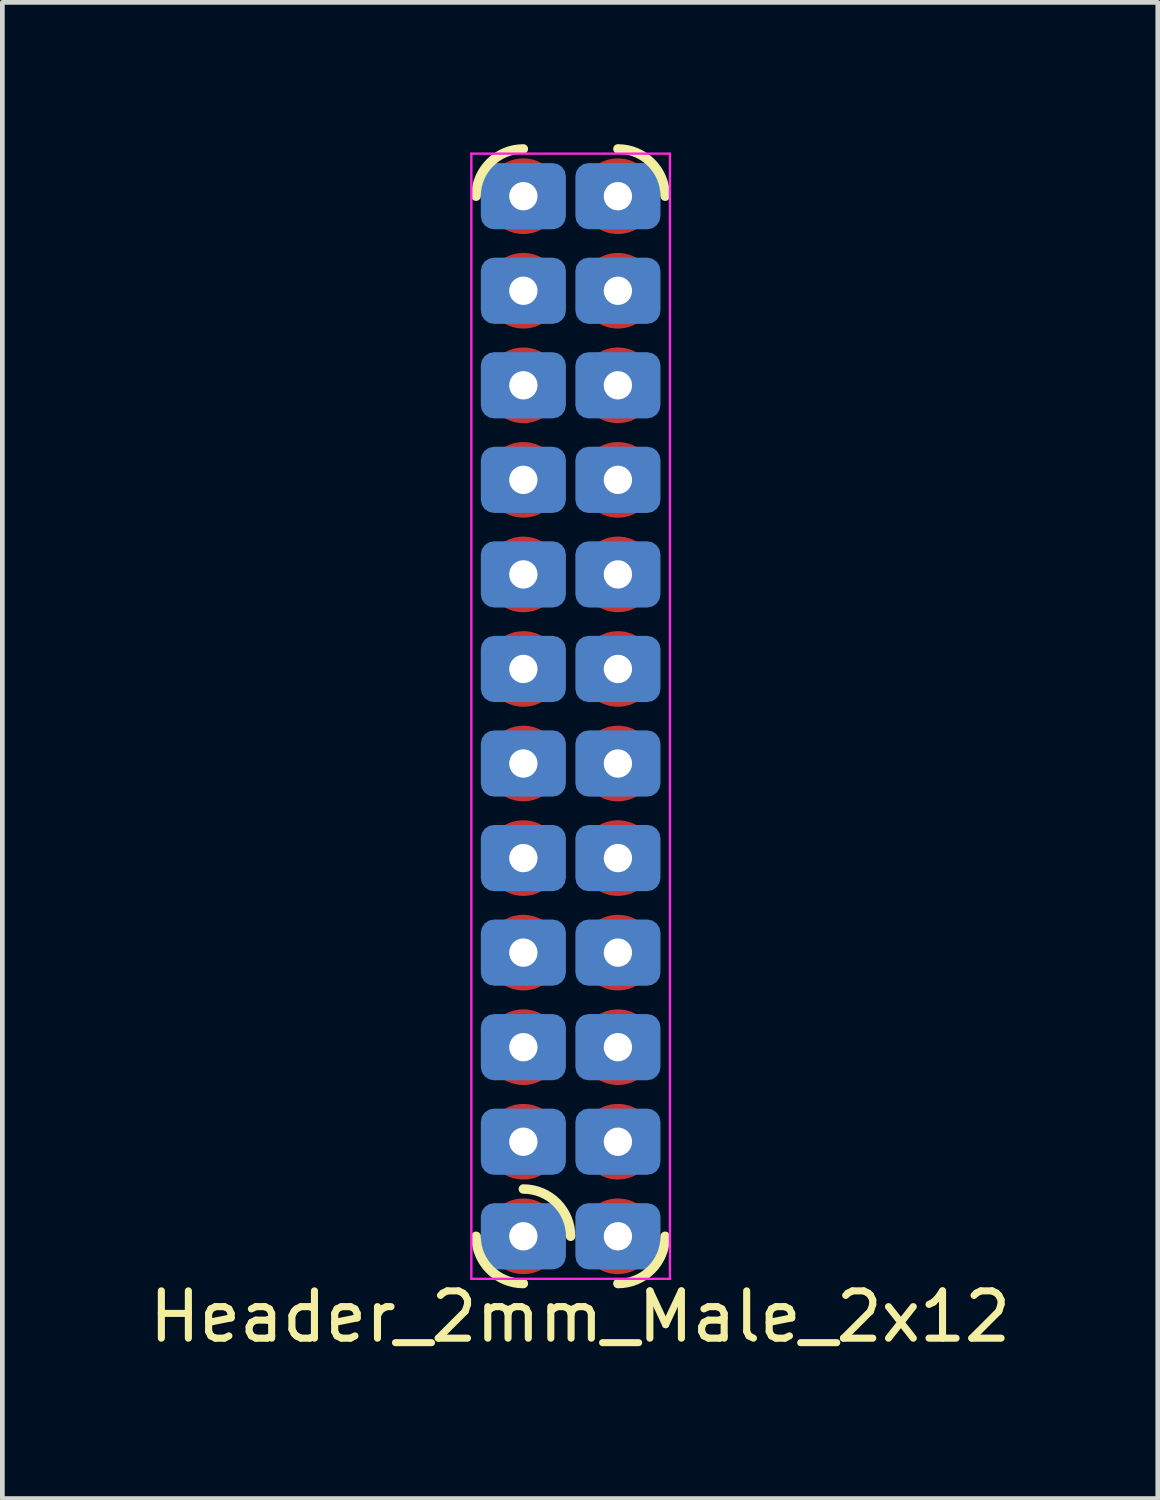
<source format=kicad_pcb>
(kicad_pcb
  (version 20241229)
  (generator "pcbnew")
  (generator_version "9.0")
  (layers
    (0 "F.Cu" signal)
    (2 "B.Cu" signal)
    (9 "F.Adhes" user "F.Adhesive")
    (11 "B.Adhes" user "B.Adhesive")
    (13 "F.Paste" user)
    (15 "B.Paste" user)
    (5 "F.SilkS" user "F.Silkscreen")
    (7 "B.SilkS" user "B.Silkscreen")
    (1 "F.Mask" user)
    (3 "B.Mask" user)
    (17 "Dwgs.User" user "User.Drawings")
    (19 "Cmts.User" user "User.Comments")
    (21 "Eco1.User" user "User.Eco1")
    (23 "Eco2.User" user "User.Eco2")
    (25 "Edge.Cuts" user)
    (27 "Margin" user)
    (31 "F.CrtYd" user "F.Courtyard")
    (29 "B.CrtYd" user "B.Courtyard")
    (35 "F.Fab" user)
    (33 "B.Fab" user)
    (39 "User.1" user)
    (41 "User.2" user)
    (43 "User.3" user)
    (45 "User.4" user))
  (footprint "Header_2mm_Male_2x12"
    (layer "F.Cu")
    (at 8.02 23.1)
    (property "Reference" "Header_2mm_Male_2x12" (at 1.2 1.7 180) (layer "F.SilkS") (effects (font (size 1 1) (thickness 0.15))))
    (attr through_hole)
    (fp_arc (start -1 -22.000002) (mid -0.707106 -22.707108) (end 0 -23.000001) (stroke (width 0.2) (type solid)) (layer "F.SilkS"))
    (fp_arc (start 0 0.999999) (mid -0.707106 0.707105) (end -0.999999 -0.000001) (stroke (width 0.2) (type solid)) (layer "F.SilkS"))
    (fp_arc (start 0.000002 -1.000001) (mid 0.707108 -0.707107) (end 1.000001 -0.000001) (stroke (width 0.2) (type solid)) (layer "F.SilkS"))
    (fp_arc (start 2.000001 -23.000001) (mid 2.707107 -22.707107) (end 3 -22.000001) (stroke (width 0.2) (type solid)) (layer "F.SilkS"))
    (fp_arc (start 3.000001 0) (mid 2.707107 0.707106) (end 2.000001 0.999999) (stroke (width 0.2) (type solid)) (layer "F.SilkS"))
    (fp_line (start -1.1 -22.9) (end -1.1 0.9) (stroke (width 0.05) (type default)) (layer "F.CrtYd"))
    (fp_line (start 3.1 -22.9) (end -1.1 -22.9) (stroke (width 0.05) (type default)) (layer "F.CrtYd"))
    (fp_line (start 3.1 0.9) (end -1.1 0.9) (stroke (width 0.05) (type default)) (layer "F.CrtYd"))
    (fp_line (start 3.1 0.9) (end 3.1 -22.9) (stroke (width 0.05) (type default)) (layer "F.CrtYd"))
    (pad "1" thru_hole circle (at 0.000001 -0.000001 90) (size 1 1) (drill 0.6) (layers "*.Cu" "*.Mask"))
    (pad "1" smd roundrect (at 0.000001 -0.000001 270) (size 1.4 1.8) (layers "B.Cu" "B.Mask" "B.Paste") (roundrect_rratio 0.2))
    (pad "1" smd circle (at 0.000001 -0.000001 90) (size 1.6 1.6) (layers "F.Cu" "F.Mask" "F.Paste"))
    (pad "2" thru_hole circle (at 2 -0.000001 90) (size 1 1) (drill 0.6) (layers "*.Cu" "*.Mask"))
    (pad "2" smd roundrect (at 2 -0.000001 270) (size 1.4 1.8) (layers "B.Cu" "B.Mask" "B.Paste") (roundrect_rratio 0.2))
    (pad "2" smd circle (at 2 -0.000001 90) (size 1.6 1.6) (layers "F.Cu" "F.Mask" "F.Paste"))
    (pad "3" thru_hole circle (at 0.000001 -2 90) (size 1 1) (drill 0.6) (layers "*.Cu" "*.Mask"))
    (pad "3" smd roundrect (at 0.000001 -2 270) (size 1.4 1.8) (layers "B.Cu" "B.Mask" "B.Paste") (roundrect_rratio 0.2))
    (pad "3" smd circle (at 0.000001 -2 90) (size 1.6 1.6) (layers "F.Cu" "F.Mask" "F.Paste"))
    (pad "4" thru_hole circle (at 2 -2 90) (size 1 1) (drill 0.6) (layers "*.Cu" "*.Mask"))
    (pad "4" smd roundrect (at 2 -2 270) (size 1.4 1.8) (layers "B.Cu" "B.Mask" "B.Paste") (roundrect_rratio 0.2))
    (pad "4" smd circle (at 2 -2 90) (size 1.6 1.6) (layers "F.Cu" "F.Mask" "F.Paste"))
    (pad "5" thru_hole circle (at 0.000001 -4 90) (size 1 1) (drill 0.6) (layers "*.Cu" "*.Mask"))
    (pad "5" smd roundrect (at 0.000001 -4 270) (size 1.4 1.8) (layers "B.Cu" "B.Mask" "B.Paste") (roundrect_rratio 0.2))
    (pad "5" smd circle (at 0.000001 -4 90) (size 1.6 1.6) (layers "F.Cu" "F.Mask" "F.Paste"))
    (pad "6" thru_hole circle (at 2 -4 90) (size 1 1) (drill 0.6) (layers "*.Cu" "*.Mask"))
    (pad "6" smd roundrect (at 2 -4 270) (size 1.4 1.8) (layers "B.Cu" "B.Mask" "B.Paste") (roundrect_rratio 0.2))
    (pad "6" smd circle (at 2 -4 90) (size 1.6 1.6) (layers "F.Cu" "F.Mask" "F.Paste"))
    (pad "7" thru_hole circle (at 0.000001 -6 90) (size 1 1) (drill 0.6) (layers "*.Cu" "*.Mask"))
    (pad "7" smd roundrect (at 0.000001 -6 270) (size 1.4 1.8) (layers "B.Cu" "B.Mask" "B.Paste") (roundrect_rratio 0.2))
    (pad "7" smd circle (at 0.000001 -6 90) (size 1.6 1.6) (layers "F.Cu" "F.Mask" "F.Paste"))
    (pad "8" thru_hole circle (at 2 -6 90) (size 1 1) (drill 0.6) (layers "*.Cu" "*.Mask"))
    (pad "8" smd roundrect (at 2 -6 270) (size 1.4 1.8) (layers "B.Cu" "B.Mask" "B.Paste") (roundrect_rratio 0.2))
    (pad "8" smd circle (at 2 -6 90) (size 1.6 1.6) (layers "F.Cu" "F.Mask" "F.Paste"))
    (pad "9" thru_hole circle (at 0.000001 -8 90) (size 1 1) (drill 0.6) (layers "*.Cu" "*.Mask"))
    (pad "9" smd roundrect (at 0.000001 -8 270) (size 1.4 1.8) (layers "B.Cu" "B.Mask" "B.Paste") (roundrect_rratio 0.2))
    (pad "9" smd circle (at 0.000001 -8 90) (size 1.6 1.6) (layers "F.Cu" "F.Mask" "F.Paste"))
    (pad "10" thru_hole circle (at 2 -8 90) (size 1 1) (drill 0.6) (layers "*.Cu" "*.Mask"))
    (pad "10" smd roundrect (at 2 -8 270) (size 1.4 1.8) (layers "B.Cu" "B.Mask" "B.Paste") (roundrect_rratio 0.2))
    (pad "10" smd circle (at 2 -8 90) (size 1.6 1.6) (layers "F.Cu" "F.Mask" "F.Paste"))
    (pad "11" thru_hole circle (at 0.000001 -10 90) (size 1 1) (drill 0.6) (layers "*.Cu" "*.Mask"))
    (pad "11" smd roundrect (at 0.000001 -10 270) (size 1.4 1.8) (layers "B.Cu" "B.Mask" "B.Paste") (roundrect_rratio 0.2))
    (pad "11" smd circle (at 0.000001 -10 90) (size 1.6 1.6) (layers "F.Cu" "F.Mask" "F.Paste"))
    (pad "12" thru_hole circle (at 2 -10 90) (size 1 1) (drill 0.6) (layers "*.Cu" "*.Mask"))
    (pad "12" smd roundrect (at 2 -10 270) (size 1.4 1.8) (layers "B.Cu" "B.Mask" "B.Paste") (roundrect_rratio 0.2))
    (pad "12" smd circle (at 2 -10 90) (size 1.6 1.6) (layers "F.Cu" "F.Mask" "F.Paste"))
    (pad "13" thru_hole circle (at 0.000001 -12 90) (size 1 1) (drill 0.6) (layers "*.Cu" "*.Mask"))
    (pad "13" smd roundrect (at 0.000001 -12 270) (size 1.4 1.8) (layers "B.Cu" "B.Mask" "B.Paste") (roundrect_rratio 0.2))
    (pad "13" smd circle (at 0.000001 -12 90) (size 1.6 1.6) (layers "F.Cu" "F.Mask" "F.Paste"))
    (pad "14" thru_hole circle (at 2 -12 90) (size 1 1) (drill 0.6) (layers "*.Cu" "*.Mask"))
    (pad "14" smd roundrect (at 2 -12 270) (size 1.4 1.8) (layers "B.Cu" "B.Mask" "B.Paste") (roundrect_rratio 0.2))
    (pad "14" smd circle (at 2 -12 90) (size 1.6 1.6) (layers "F.Cu" "F.Mask" "F.Paste"))
    (pad "15" thru_hole circle (at 0.000001 -14 90) (size 1 1) (drill 0.6) (layers "*.Cu" "*.Mask"))
    (pad "15" smd roundrect (at 0.000001 -14 270) (size 1.4 1.8) (layers "B.Cu" "B.Mask" "B.Paste") (roundrect_rratio 0.2))
    (pad "15" smd circle (at 0.000001 -14 90) (size 1.6 1.6) (layers "F.Cu" "F.Mask" "F.Paste"))
    (pad "16" thru_hole circle (at 2 -14 90) (size 1 1) (drill 0.6) (layers "*.Cu" "*.Mask"))
    (pad "16" smd roundrect (at 2 -14 270) (size 1.4 1.8) (layers "B.Cu" "B.Mask" "B.Paste") (roundrect_rratio 0.2))
    (pad "16" smd circle (at 2 -14 90) (size 1.6 1.6) (layers "F.Cu" "F.Mask" "F.Paste"))
    (pad "17" thru_hole circle (at 0.000001 -16 90) (size 1 1) (drill 0.6) (layers "*.Cu" "*.Mask"))
    (pad "17" smd roundrect (at 0.000001 -16 270) (size 1.4 1.8) (layers "B.Cu" "B.Mask" "B.Paste") (roundrect_rratio 0.2))
    (pad "17" smd circle (at 0.000001 -16 90) (size 1.6 1.6) (layers "F.Cu" "F.Mask" "F.Paste"))
    (pad "18" thru_hole circle (at 2 -16 90) (size 1 1) (drill 0.6) (layers "*.Cu" "*.Mask"))
    (pad "18" smd roundrect (at 2 -16 270) (size 1.4 1.8) (layers "B.Cu" "B.Mask" "B.Paste") (roundrect_rratio 0.2))
    (pad "18" smd circle (at 2 -16 90) (size 1.6 1.6) (layers "F.Cu" "F.Mask" "F.Paste"))
    (pad "19" thru_hole circle (at 0.000001 -18 90) (size 1 1) (drill 0.6) (layers "*.Cu" "*.Mask"))
    (pad "19" smd roundrect (at 0.000001 -18 270) (size 1.4 1.8) (layers "B.Cu" "B.Mask" "B.Paste") (roundrect_rratio 0.2))
    (pad "19" smd circle (at 0.000001 -18 90) (size 1.6 1.6) (layers "F.Cu" "F.Mask" "F.Paste"))
    (pad "20" thru_hole circle (at 2 -18 90) (size 1 1) (drill 0.6) (layers "*.Cu" "*.Mask"))
    (pad "20" smd roundrect (at 2 -18 270) (size 1.4 1.8) (layers "B.Cu" "B.Mask" "B.Paste") (roundrect_rratio 0.2))
    (pad "20" smd circle (at 2 -18 90) (size 1.6 1.6) (layers "F.Cu" "F.Mask" "F.Paste"))
    (pad "21" thru_hole circle (at 0 -20 90) (size 1 1) (drill 0.6) (layers "*.Cu" "*.Mask"))
    (pad "21" smd roundrect (at 0 -20 270) (size 1.4 1.8) (layers "B.Cu" "B.Mask" "B.Paste") (roundrect_rratio 0.2))
    (pad "21" smd circle (at 0 -20 90) (size 1.6 1.6) (layers "F.Cu" "F.Mask" "F.Paste"))
    (pad "22" thru_hole circle (at 2 -20 90) (size 1 1) (drill 0.6) (layers "*.Cu" "*.Mask"))
    (pad "22" smd roundrect (at 2 -20 270) (size 1.4 1.8) (layers "B.Cu" "B.Mask" "B.Paste") (roundrect_rratio 0.2))
    (pad "22" smd circle (at 2 -20 90) (size 1.6 1.6) (layers "F.Cu" "F.Mask" "F.Paste"))
    (pad "23" thru_hole circle (at 0 -22 90) (size 1 1) (drill 0.6) (layers "*.Cu" "*.Mask"))
    (pad "23" smd roundrect (at 0 -22 270) (size 1.4 1.8) (layers "B.Cu" "B.Mask" "B.Paste") (roundrect_rratio 0.2))
    (pad "23" smd circle (at 0 -22 90) (size 1.6 1.6) (layers "F.Cu" "F.Mask" "F.Paste"))
    (pad "24" thru_hole circle (at 2 -22 90) (size 1 1) (drill 0.6) (layers "*.Cu" "*.Mask"))
    (pad "24" smd roundrect (at 2 -22 270) (size 1.4 1.8) (layers "B.Cu" "B.Mask" "B.Paste") (roundrect_rratio 0.2))
    (pad "24" smd circle (at 2 -22 90) (size 1.6 1.6) (layers "F.Cu" "F.Mask" "F.Paste")))
  (gr_rect
    (start -3 -3)
    (end 21.44 28.648)
    (stroke (width 0.1) (type default))
    (fill no)
    (layer "Edge.Cuts")))
</source>
